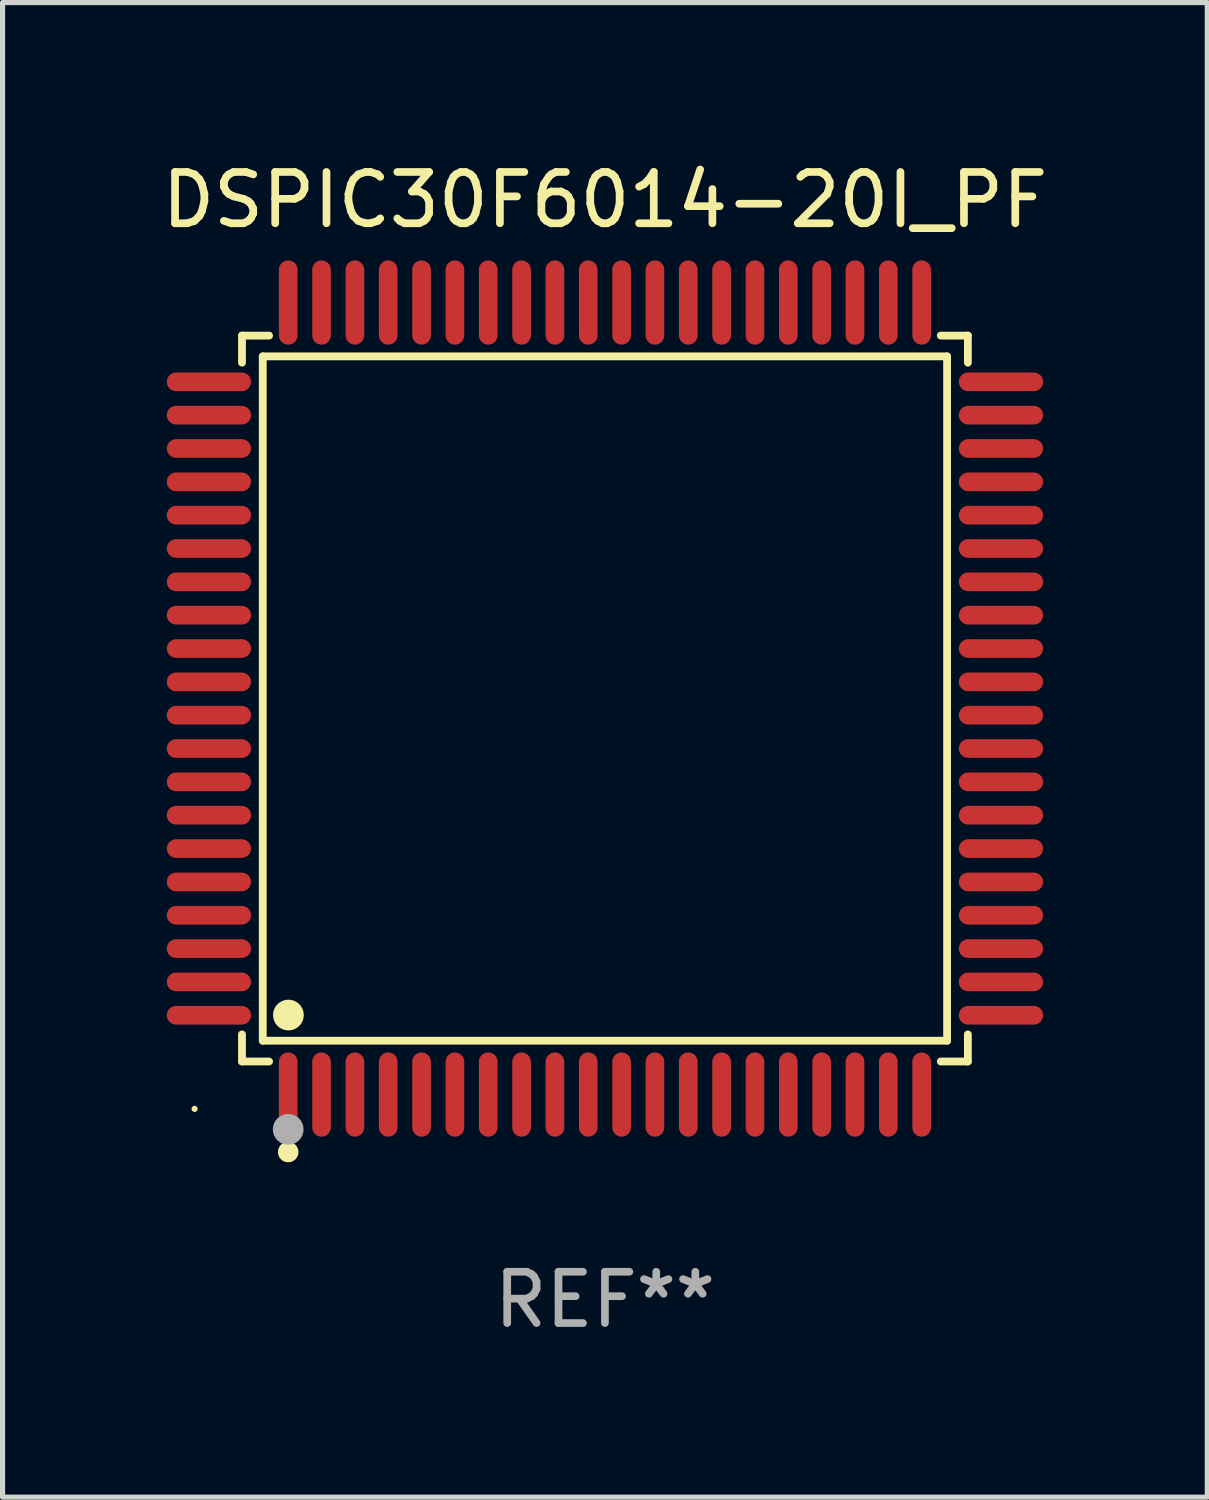
<source format=kicad_pcb>
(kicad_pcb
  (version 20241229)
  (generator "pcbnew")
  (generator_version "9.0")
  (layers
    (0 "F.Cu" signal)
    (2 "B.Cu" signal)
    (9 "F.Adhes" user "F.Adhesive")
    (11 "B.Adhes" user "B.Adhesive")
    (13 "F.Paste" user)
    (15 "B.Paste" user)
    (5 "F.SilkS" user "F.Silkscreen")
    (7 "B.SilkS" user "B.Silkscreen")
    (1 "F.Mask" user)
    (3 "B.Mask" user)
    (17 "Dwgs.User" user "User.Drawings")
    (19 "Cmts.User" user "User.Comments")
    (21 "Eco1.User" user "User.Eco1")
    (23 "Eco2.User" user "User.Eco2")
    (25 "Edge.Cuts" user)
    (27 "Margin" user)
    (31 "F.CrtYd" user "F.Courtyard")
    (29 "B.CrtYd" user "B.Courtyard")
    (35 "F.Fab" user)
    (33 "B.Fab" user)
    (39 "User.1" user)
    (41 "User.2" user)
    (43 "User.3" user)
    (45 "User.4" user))
  (footprint "DSPIC30F6014-20I_PF"
    (layer "F.Cu")
    (at 8.744 10.569)
    (property "Reference" "DSPIC30F6014-20I_PF" (at 0 -9.721 0) (layer "F.SilkS") (effects (font (size 1 1) (thickness 0.15))))
    (attr through_hole)
    (fp_line (start -7.076 -7.076) (end -6.548 -7.076) (stroke (width 0.152) (type solid)) (layer "F.SilkS"))
    (fp_line (start -7.076 -6.548) (end -7.076 -7.076) (stroke (width 0.152) (type solid)) (layer "F.SilkS"))
    (fp_line (start -7.076 6.548) (end -7.076 7.076) (stroke (width 0.152) (type solid)) (layer "F.SilkS"))
    (fp_line (start -7.076 7.076) (end -6.548 7.076) (stroke (width 0.152) (type solid)) (layer "F.SilkS"))
    (fp_line (start -6.671 -6.671) (end 6.671 -6.671) (stroke (width 0.152) (type solid)) (layer "F.SilkS"))
    (fp_line (start -6.671 6.671) (end -6.671 -6.671) (stroke (width 0.152) (type solid)) (layer "F.SilkS"))
    (fp_line (start 6.671 -6.671) (end 6.671 6.671) (stroke (width 0.152) (type solid)) (layer "F.SilkS"))
    (fp_line (start 6.671 6.671) (end -6.671 6.671) (stroke (width 0.152) (type solid)) (layer "F.SilkS"))
    (fp_line (start 7.076 -7.076) (end 6.548 -7.076) (stroke (width 0.152) (type solid)) (layer "F.SilkS"))
    (fp_line (start 7.076 -6.548) (end 7.076 -7.076) (stroke (width 0.152) (type solid)) (layer "F.SilkS"))
    (fp_line (start 7.076 6.548) (end 7.076 7.076) (stroke (width 0.152) (type solid)) (layer "F.SilkS"))
    (fp_line (start 7.076 7.076) (end 6.548 7.076) (stroke (width 0.152) (type solid)) (layer "F.SilkS"))
    (fp_circle (center -8 8) (end -7.97 8) (stroke (width 0.06) (type solid)) (fill no) (layer "F.SilkS"))
    (fp_circle (center -6.175 8.842) (end -6.075 8.842) (stroke (width 0.2) (type solid)) (fill no) (layer "F.SilkS"))
    (fp_circle (center -6.171 6.171) (end -6.021 6.171) (stroke (width 0.3) (type solid)) (fill no) (layer "F.SilkS"))
    (fp_circle (center -6.175 8.4) (end -6.025 8.4) (stroke (width 0.3) (type solid)) (fill no) (layer "F.Fab"))
    (fp_text user "REF**" (at 0 11.721 0) (layer "F.Fab") (effects (font (size 1 1) (thickness 0.15))))
    (pad "1" smd oval (at -6.175 7.721) (size 0.364 1.642) (layers "F.Cu" "F.Mask" "F.Paste"))
    (pad "2" smd oval (at -5.525 7.721) (size 0.364 1.642) (layers "F.Cu" "F.Mask" "F.Paste"))
    (pad "3" smd oval (at -4.875 7.721) (size 0.364 1.642) (layers "F.Cu" "F.Mask" "F.Paste"))
    (pad "4" smd oval (at -4.225 7.721) (size 0.364 1.642) (layers "F.Cu" "F.Mask" "F.Paste"))
    (pad "5" smd oval (at -3.575 7.721) (size 0.364 1.642) (layers "F.Cu" "F.Mask" "F.Paste"))
    (pad "6" smd oval (at -2.925 7.721) (size 0.364 1.642) (layers "F.Cu" "F.Mask" "F.Paste"))
    (pad "7" smd oval (at -2.275 7.721) (size 0.364 1.642) (layers "F.Cu" "F.Mask" "F.Paste"))
    (pad "8" smd oval (at -1.625 7.721) (size 0.364 1.642) (layers "F.Cu" "F.Mask" "F.Paste"))
    (pad "9" smd oval (at -0.975 7.721) (size 0.364 1.642) (layers "F.Cu" "F.Mask" "F.Paste"))
    (pad "10" smd oval (at -0.325 7.721) (size 0.364 1.642) (layers "F.Cu" "F.Mask" "F.Paste"))
    (pad "11" smd oval (at 0.325 7.721) (size 0.364 1.642) (layers "F.Cu" "F.Mask" "F.Paste"))
    (pad "12" smd oval (at 0.975 7.721) (size 0.364 1.642) (layers "F.Cu" "F.Mask" "F.Paste"))
    (pad "13" smd oval (at 1.625 7.721) (size 0.364 1.642) (layers "F.Cu" "F.Mask" "F.Paste"))
    (pad "14" smd oval (at 2.275 7.721) (size 0.364 1.642) (layers "F.Cu" "F.Mask" "F.Paste"))
    (pad "15" smd oval (at 2.925 7.721) (size 0.364 1.642) (layers "F.Cu" "F.Mask" "F.Paste"))
    (pad "16" smd oval (at 3.575 7.721) (size 0.364 1.642) (layers "F.Cu" "F.Mask" "F.Paste"))
    (pad "17" smd oval (at 4.225 7.721) (size 0.364 1.642) (layers "F.Cu" "F.Mask" "F.Paste"))
    (pad "18" smd oval (at 4.875 7.721) (size 0.364 1.642) (layers "F.Cu" "F.Mask" "F.Paste"))
    (pad "19" smd oval (at 5.525 7.721) (size 0.364 1.642) (layers "F.Cu" "F.Mask" "F.Paste"))
    (pad "20" smd oval (at 6.175 7.721) (size 0.364 1.642) (layers "F.Cu" "F.Mask" "F.Paste"))
    (pad "21" smd oval (at 7.721 6.175) (size 1.642 0.364) (layers "F.Cu" "F.Mask" "F.Paste"))
    (pad "22" smd oval (at 7.721 5.525) (size 1.642 0.364) (layers "F.Cu" "F.Mask" "F.Paste"))
    (pad "23" smd oval (at 7.721 4.875) (size 1.642 0.364) (layers "F.Cu" "F.Mask" "F.Paste"))
    (pad "24" smd oval (at 7.721 4.225) (size 1.642 0.364) (layers "F.Cu" "F.Mask" "F.Paste"))
    (pad "25" smd oval (at 7.721 3.575) (size 1.642 0.364) (layers "F.Cu" "F.Mask" "F.Paste"))
    (pad "26" smd oval (at 7.721 2.925) (size 1.642 0.364) (layers "F.Cu" "F.Mask" "F.Paste"))
    (pad "27" smd oval (at 7.721 2.275) (size 1.642 0.364) (layers "F.Cu" "F.Mask" "F.Paste"))
    (pad "28" smd oval (at 7.721 1.625) (size 1.642 0.364) (layers "F.Cu" "F.Mask" "F.Paste"))
    (pad "29" smd oval (at 7.721 0.975) (size 1.642 0.364) (layers "F.Cu" "F.Mask" "F.Paste"))
    (pad "30" smd oval (at 7.721 0.325) (size 1.642 0.364) (layers "F.Cu" "F.Mask" "F.Paste"))
    (pad "31" smd oval (at 7.721 -0.325) (size 1.642 0.364) (layers "F.Cu" "F.Mask" "F.Paste"))
    (pad "32" smd oval (at 7.721 -0.975) (size 1.642 0.364) (layers "F.Cu" "F.Mask" "F.Paste"))
    (pad "33" smd oval (at 7.721 -1.625) (size 1.642 0.364) (layers "F.Cu" "F.Mask" "F.Paste"))
    (pad "34" smd oval (at 7.721 -2.275) (size 1.642 0.364) (layers "F.Cu" "F.Mask" "F.Paste"))
    (pad "35" smd oval (at 7.721 -2.925) (size 1.642 0.364) (layers "F.Cu" "F.Mask" "F.Paste"))
    (pad "36" smd oval (at 7.721 -3.575) (size 1.642 0.364) (layers "F.Cu" "F.Mask" "F.Paste"))
    (pad "37" smd oval (at 7.721 -4.225) (size 1.642 0.364) (layers "F.Cu" "F.Mask" "F.Paste"))
    (pad "38" smd oval (at 7.721 -4.875) (size 1.642 0.364) (layers "F.Cu" "F.Mask" "F.Paste"))
    (pad "39" smd oval (at 7.721 -5.525) (size 1.642 0.364) (layers "F.Cu" "F.Mask" "F.Paste"))
    (pad "40" smd oval (at 7.721 -6.175) (size 1.642 0.364) (layers "F.Cu" "F.Mask" "F.Paste"))
    (pad "41" smd oval (at 6.175 -7.721) (size 0.364 1.642) (layers "F.Cu" "F.Mask" "F.Paste"))
    (pad "42" smd oval (at 5.525 -7.721) (size 0.364 1.642) (layers "F.Cu" "F.Mask" "F.Paste"))
    (pad "43" smd oval (at 4.875 -7.721) (size 0.364 1.642) (layers "F.Cu" "F.Mask" "F.Paste"))
    (pad "44" smd oval (at 4.225 -7.721) (size 0.364 1.642) (layers "F.Cu" "F.Mask" "F.Paste"))
    (pad "45" smd oval (at 3.575 -7.721) (size 0.364 1.642) (layers "F.Cu" "F.Mask" "F.Paste"))
    (pad "46" smd oval (at 2.925 -7.721) (size 0.364 1.642) (layers "F.Cu" "F.Mask" "F.Paste"))
    (pad "47" smd oval (at 2.275 -7.721) (size 0.364 1.642) (layers "F.Cu" "F.Mask" "F.Paste"))
    (pad "48" smd oval (at 1.625 -7.721) (size 0.364 1.642) (layers "F.Cu" "F.Mask" "F.Paste"))
    (pad "49" smd oval (at 0.975 -7.721) (size 0.364 1.642) (layers "F.Cu" "F.Mask" "F.Paste"))
    (pad "50" smd oval (at 0.325 -7.721) (size 0.364 1.642) (layers "F.Cu" "F.Mask" "F.Paste"))
    (pad "51" smd oval (at -0.325 -7.721) (size 0.364 1.642) (layers "F.Cu" "F.Mask" "F.Paste"))
    (pad "52" smd oval (at -0.975 -7.721) (size 0.364 1.642) (layers "F.Cu" "F.Mask" "F.Paste"))
    (pad "53" smd oval (at -1.625 -7.721) (size 0.364 1.642) (layers "F.Cu" "F.Mask" "F.Paste"))
    (pad "54" smd oval (at -2.275 -7.721) (size 0.364 1.642) (layers "F.Cu" "F.Mask" "F.Paste"))
    (pad "55" smd oval (at -2.925 -7.721) (size 0.364 1.642) (layers "F.Cu" "F.Mask" "F.Paste"))
    (pad "56" smd oval (at -3.575 -7.721) (size 0.364 1.642) (layers "F.Cu" "F.Mask" "F.Paste"))
    (pad "57" smd oval (at -4.225 -7.721) (size 0.364 1.642) (layers "F.Cu" "F.Mask" "F.Paste"))
    (pad "58" smd oval (at -4.875 -7.721) (size 0.364 1.642) (layers "F.Cu" "F.Mask" "F.Paste"))
    (pad "59" smd oval (at -5.525 -7.721) (size 0.364 1.642) (layers "F.Cu" "F.Mask" "F.Paste"))
    (pad "60" smd oval (at -6.175 -7.721) (size 0.364 1.642) (layers "F.Cu" "F.Mask" "F.Paste"))
    (pad "61" smd oval (at -7.721 -6.175) (size 1.642 0.364) (layers "F.Cu" "F.Mask" "F.Paste"))
    (pad "62" smd oval (at -7.721 -5.525) (size 1.642 0.364) (layers "F.Cu" "F.Mask" "F.Paste"))
    (pad "63" smd oval (at -7.721 -4.875) (size 1.642 0.364) (layers "F.Cu" "F.Mask" "F.Paste"))
    (pad "64" smd oval (at -7.721 -4.225) (size 1.642 0.364) (layers "F.Cu" "F.Mask" "F.Paste"))
    (pad "65" smd oval (at -7.721 -3.575) (size 1.642 0.364) (layers "F.Cu" "F.Mask" "F.Paste"))
    (pad "66" smd oval (at -7.721 -2.925) (size 1.642 0.364) (layers "F.Cu" "F.Mask" "F.Paste"))
    (pad "67" smd oval (at -7.721 -2.275) (size 1.642 0.364) (layers "F.Cu" "F.Mask" "F.Paste"))
    (pad "68" smd oval (at -7.721 -1.625) (size 1.642 0.364) (layers "F.Cu" "F.Mask" "F.Paste"))
    (pad "69" smd oval (at -7.721 -0.975) (size 1.642 0.364) (layers "F.Cu" "F.Mask" "F.Paste"))
    (pad "70" smd oval (at -7.721 -0.325) (size 1.642 0.364) (layers "F.Cu" "F.Mask" "F.Paste"))
    (pad "71" smd oval (at -7.721 0.325) (size 1.642 0.364) (layers "F.Cu" "F.Mask" "F.Paste"))
    (pad "72" smd oval (at -7.721 0.975) (size 1.642 0.364) (layers "F.Cu" "F.Mask" "F.Paste"))
    (pad "73" smd oval (at -7.721 1.625) (size 1.642 0.364) (layers "F.Cu" "F.Mask" "F.Paste"))
    (pad "74" smd oval (at -7.721 2.275) (size 1.642 0.364) (layers "F.Cu" "F.Mask" "F.Paste"))
    (pad "75" smd oval (at -7.721 2.925) (size 1.642 0.364) (layers "F.Cu" "F.Mask" "F.Paste"))
    (pad "76" smd oval (at -7.721 3.575) (size 1.642 0.364) (layers "F.Cu" "F.Mask" "F.Paste"))
    (pad "77" smd oval (at -7.721 4.225) (size 1.642 0.364) (layers "F.Cu" "F.Mask" "F.Paste"))
    (pad "78" smd oval (at -7.721 4.875) (size 1.642 0.364) (layers "F.Cu" "F.Mask" "F.Paste"))
    (pad "79" smd oval (at -7.721 5.525) (size 1.642 0.364) (layers "F.Cu" "F.Mask" "F.Paste"))
    (pad "80" smd oval (at -7.721 6.175) (size 1.642 0.364) (layers "F.Cu" "F.Mask" "F.Paste")))
  (gr_rect
    (start -3 -3)
    (end 20.488 26.139)
    (stroke (width 0.1) (type default))
    (fill no)
    (layer "Edge.Cuts")))
</source>
